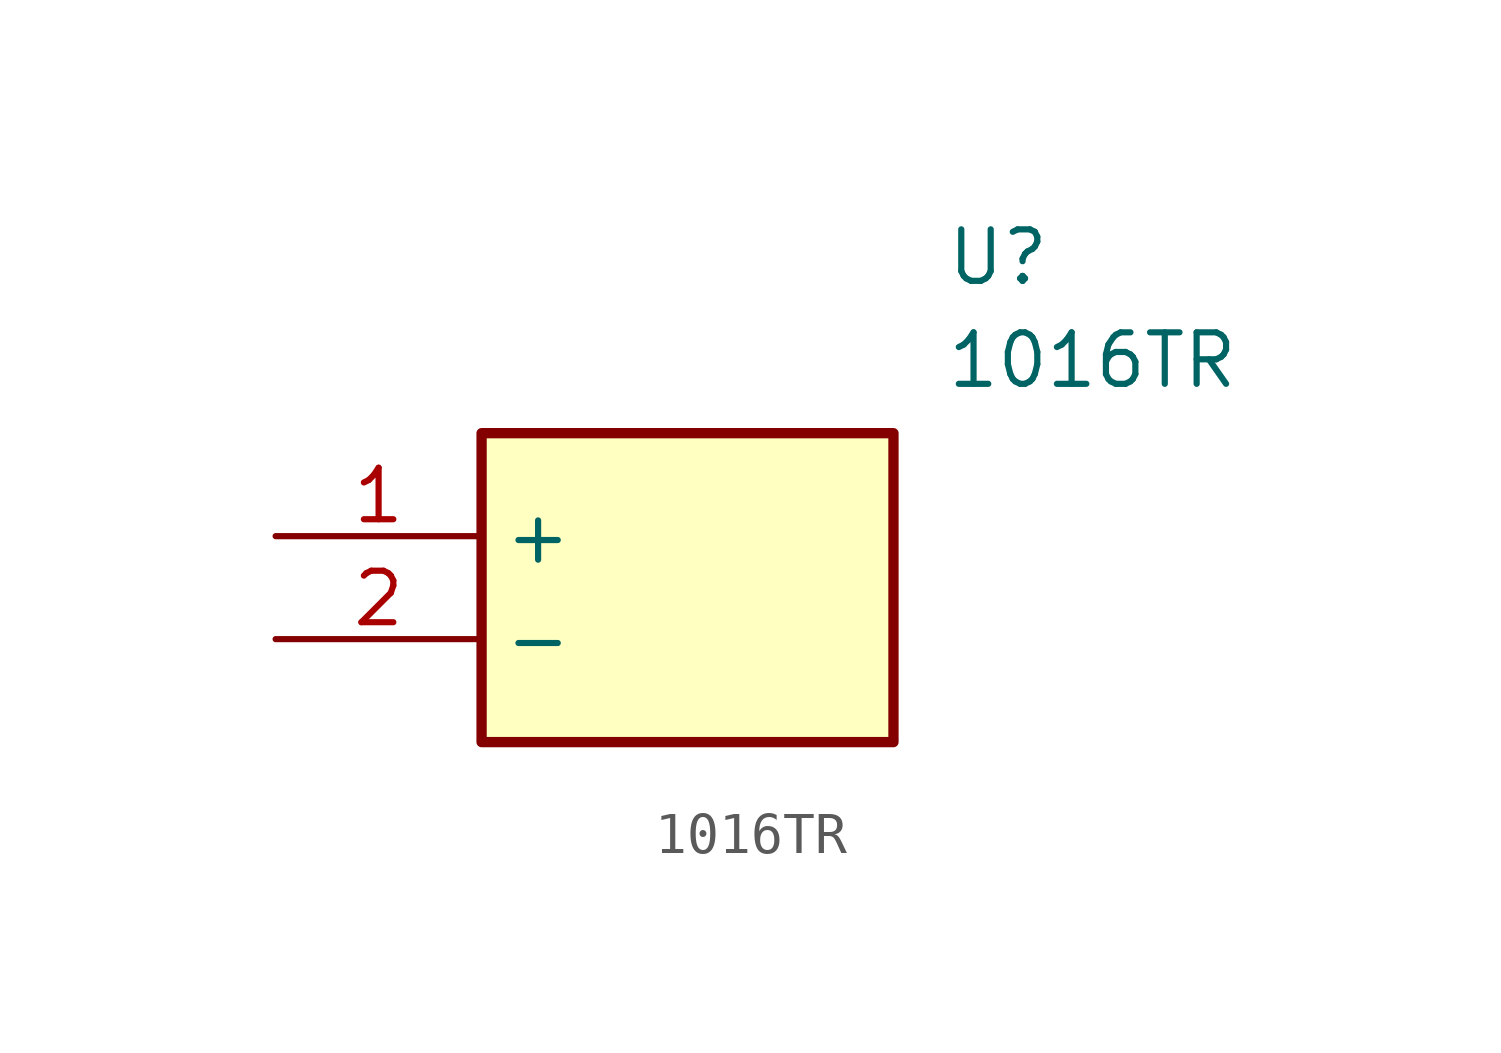
<source format=kicad_sym>
(kicad_symbol_lib
  (version 20241209)
  (generator "kicad_symbol_editor")
  (generator_version "9.0")
  (symbol "1016TR"
    (property "Reference" "U"
      (at 16.51 7.62 0)
      (effects (font (size 1.27 1.27)) (justify left top)))
    (property "Value" "1016TR"
      (at 16.51 5.08 0)
      (effects (font (size 1.27 1.27)) (justify left top)))
    (symbol "1016TR_1_1"
      (rectangle (start 5.08 2.54) (end 15.24 -5.08) (stroke (width 0.254) (type default)) (fill (type background)))
      (pin passive line (at 0 0 0) (length 5.08) (name "+" (effects (font (size 1.27 1.27)))) (number "1" (effects (font (size 1.27 1.27)))))
      (pin passive line (at 0 -2.54 0) (length 5.08) (name "-" (effects (font (size 1.27 1.27)))) (number "2" (effects (font (size 1.27 1.27))))))))
</source>
